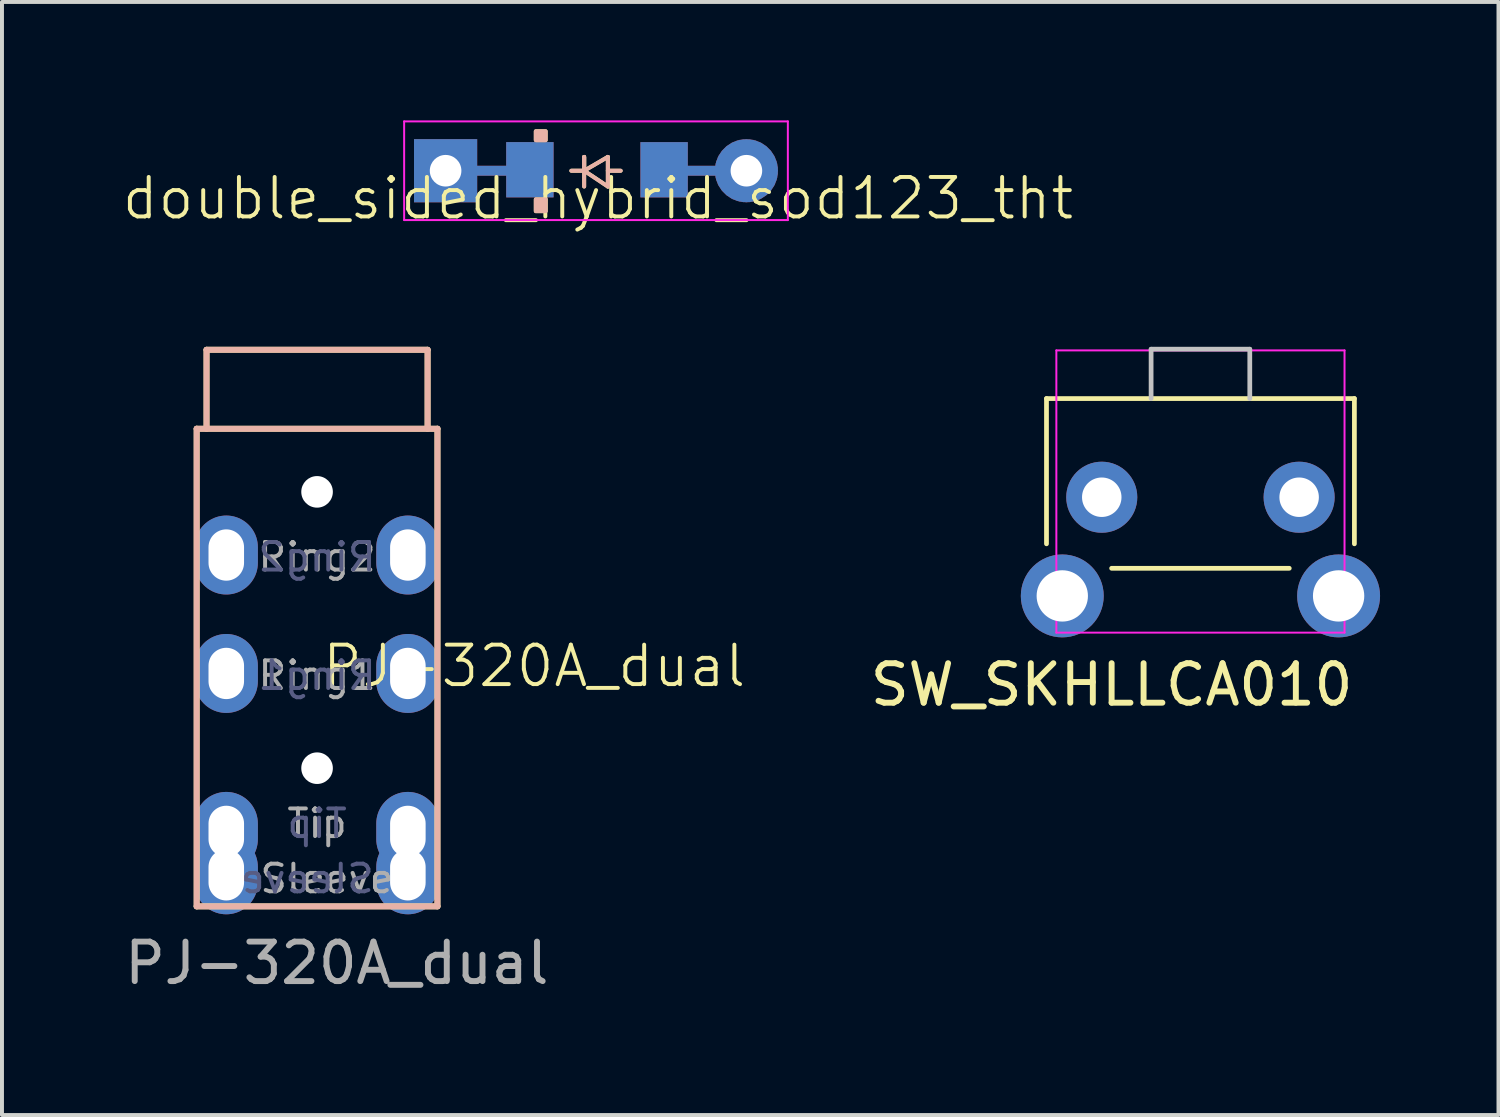
<source format=kicad_pcb>
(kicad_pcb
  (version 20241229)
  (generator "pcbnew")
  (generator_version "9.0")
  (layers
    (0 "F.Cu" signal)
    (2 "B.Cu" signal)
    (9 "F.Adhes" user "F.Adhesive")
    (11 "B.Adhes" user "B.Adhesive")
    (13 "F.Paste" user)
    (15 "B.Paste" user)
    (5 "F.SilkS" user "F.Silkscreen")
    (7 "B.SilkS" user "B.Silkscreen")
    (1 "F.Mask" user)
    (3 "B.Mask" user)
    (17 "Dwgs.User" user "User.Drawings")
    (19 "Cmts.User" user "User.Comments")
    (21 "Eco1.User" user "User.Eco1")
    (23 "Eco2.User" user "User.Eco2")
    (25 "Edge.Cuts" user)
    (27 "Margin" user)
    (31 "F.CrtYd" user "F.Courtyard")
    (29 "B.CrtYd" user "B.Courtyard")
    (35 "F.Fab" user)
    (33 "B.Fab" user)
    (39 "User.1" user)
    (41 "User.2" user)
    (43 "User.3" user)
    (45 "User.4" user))
  (footprint "double_sided_hybrid_sod123_tht"
    (layer "F.Cu")
    (at 12.048 1.275)
    (property "Reference" "double_sided_hybrid_sod123_tht" (at 0.05 0.7 0) (unlocked yes) (layer "F.SilkS") (effects (font (size 1 1) (thickness 0.1))))
    (attr smd)
    (fp_line (start -0.625 0) (end -0.3 0) (stroke (width 0.1) (type solid)) (layer "F.SilkS"))
    (fp_line (start -0.3 -0.35) (end -0.3 0.4) (stroke (width 0.1) (type solid)) (layer "F.SilkS"))
    (fp_line (start -0.3 0) (end -0.3 -0.35) (stroke (width 0.1) (type solid)) (layer "F.SilkS"))
    (fp_line (start -0.3 0) (end 0.3 -0.35) (stroke (width 0.1) (type solid)) (layer "F.SilkS"))
    (fp_line (start 0.3 -0.35) (end 0.3 0.4) (stroke (width 0.1) (type solid)) (layer "F.SilkS"))
    (fp_line (start 0.3 0) (end 0.625 0) (stroke (width 0.1) (type solid)) (layer "F.SilkS"))
    (fp_line (start 0.3 0.4) (end -0.3 0) (stroke (width 0.1) (type solid)) (layer "F.SilkS"))
    (fp_rect (start -1.525 -1) (end -1.275 -0.775) (stroke (width 0.1) (type solid)) (fill yes) (layer "F.SilkS"))
    (fp_rect (start -1.525 0.725) (end -1.275 1.025) (stroke (width 0.1) (type solid)) (fill yes) (layer "F.SilkS"))
    (fp_line (start -0.625 0) (end -0.3 0) (stroke (width 0.1) (type solid)) (layer "B.SilkS"))
    (fp_line (start -0.3 -0.35) (end -0.3 0.4) (stroke (width 0.1) (type solid)) (layer "B.SilkS"))
    (fp_line (start -0.3 0) (end -0.3 -0.35) (stroke (width 0.1) (type solid)) (layer "B.SilkS"))
    (fp_line (start -0.3 0) (end 0.3 -0.35) (stroke (width 0.1) (type solid)) (layer "B.SilkS"))
    (fp_line (start 0.3 -0.35) (end 0.3 0.4) (stroke (width 0.1) (type solid)) (layer "B.SilkS"))
    (fp_line (start 0.3 0) (end 0.625 0) (stroke (width 0.1) (type solid)) (layer "B.SilkS"))
    (fp_line (start 0.3 0.4) (end -0.3 0) (stroke (width 0.1) (type solid)) (layer "B.SilkS"))
    (fp_rect (start -1.525 -1) (end -1.275 -0.775) (stroke (width 0.1) (type solid)) (fill yes) (layer "B.SilkS"))
    (fp_rect (start -1.525 0.725) (end -1.275 1.025) (stroke (width 0.1) (type solid)) (fill yes) (layer "B.SilkS"))
    (fp_line (start -4.86 -1.25) (end -4.86 1.25) (stroke (width 0.05) (type solid)) (layer "F.CrtYd"))
    (fp_line (start -4.86 1.25) (end 4.86 1.25) (stroke (width 0.05) (type solid)) (layer "F.CrtYd"))
    (fp_line (start 4.86 -1.25) (end -4.86 -1.25) (stroke (width 0.05) (type solid)) (layer "F.CrtYd"))
    (fp_line (start 4.86 1.25) (end 4.86 -1.25) (stroke (width 0.05) (type solid)) (layer "F.CrtYd"))
    (pad "1" thru_hole custom (at -3.81 0) (size 1.6 1.6) (drill 0.8) (layers "*.Cu" "*.Paste" "*.Mask") (options (anchor rect)) (primitives (gr_rect (start 0.51 -0.125) (end 2.56 0.125) (width 0) (fill yes)) (gr_rect (start 1.535 -0.725) (end 2.735 0.675) (width 0) (fill yes))))
    (pad "2" thru_hole custom (at 3.81 0) (size 1.6 1.6) (drill 0.8) (layers "*.Cu" "*.Paste" "*.Mask") (options (anchor circle)) (primitives (gr_rect (start -1.785 -0.125) (end -0.61 0.125) (width 0) (fill yes)) (gr_rect (start -2.685 -0.725) (end -1.485 0.675) (width 0) (fill yes)) (gr_poly (pts (xy 0.8 0) (xy 0.78 -0.178) (xy 0.721 -0.347) (xy 0.625 -0.499) (xy 0.499 -0.625) (xy 0.347 -0.721) (xy 0.178 -0.78) (xy 0 -0.8) (xy -0.178 -0.78) (xy -0.347 -0.721) (xy -0.499 -0.625) (xy -0.625 -0.499) (xy -0.721 -0.347) (xy -0.78 -0.178) (xy -0.8 0) (xy -0.78 0.178) (xy -0.721 0.347) (xy -0.625 0.499) (xy -0.499 0.625) (xy -0.347 0.721) (xy -0.178 0.78) (xy 0 0.8) (xy 0.178 0.78) (xy 0.347 0.721) (xy 0.499 0.625) (xy 0.625 0.499) (xy 0.721 0.347) (xy 0.78 0.178) (xy 0.8 0)) (width 0) (fill yes)))))
  (footprint "SW_SKHLLCA010"
    (layer "F.Cu")
    (at 27.36 10.796)
    (property "Reference" "SW_SKHLLCA010" (at -2.25 3.5 0) (unlocked yes) (layer "F.SilkS") (effects (font (size 1 1) (thickness 0.15))))
    (attr through_hole)
    (fp_line (start -3.9 -3.75) (end 3.9 -3.75) (stroke (width 0.12) (type solid)) (layer "F.SilkS"))
    (fp_line (start -3.9 -0.07) (end -3.9 -3.75) (stroke (width 0.12) (type solid)) (layer "F.SilkS"))
    (fp_line (start -2.25 0.55) (end 2.25 0.55) (stroke (width 0.12) (type solid)) (layer "F.SilkS"))
    (fp_line (start 3.9 -0.07) (end 3.9 -3.75) (stroke (width 0.12) (type solid)) (layer "F.SilkS"))
    (fp_line (start -1.25 -5) (end 1.25 -5) (stroke (width 0.12) (type solid)) (layer "Dwgs.User"))
    (fp_line (start -1.25 -3.75) (end -1.25 -5) (stroke (width 0.12) (type solid)) (layer "Dwgs.User"))
    (fp_line (start 1.25 -3.75) (end 1.25 -5) (stroke (width 0.12) (type solid)) (layer "Dwgs.User"))
    (fp_line (start -3.65 -4.97) (end -3.65 2.18) (stroke (width 0.05) (type solid)) (layer "F.CrtYd"))
    (fp_line (start -3.65 -4.97) (end 3.65 -4.97) (stroke (width 0.05) (type solid)) (layer "F.CrtYd"))
    (fp_line (start -3.65 2.18) (end 3.65 2.18) (stroke (width 0.05) (type solid)) (layer "F.CrtYd"))
    (fp_line (start 3.65 -4.97) (end 3.65 2.18) (stroke (width 0.05) (type solid)) (layer "F.CrtYd"))
    (pad "1" thru_hole circle (at 2.5 -1.25) (size 1.8 1.8) (drill 1) (layers "*.Cu" "B.Mask"))
    (pad "2" thru_hole circle (at -2.5 -1.25) (size 1.8 1.8) (drill 1) (layers "*.Cu" "B.Mask"))
    (pad "MP" thru_hole circle (at -3.5 1.25) (size 2.1 2.1) (drill 1.3) (layers "*.Cu" "*.Mask"))
    (pad "MP" thru_hole circle (at 3.5 1.25) (size 2.1 2.1) (drill 1.3) (layers "*.Cu" "*.Mask")))
  (footprint "PJ-320A_dual"
    (layer "F.Cu")
    (at 4.982 12.923)
    (property "Reference" "PJ-320A_dual" (at 5.5 0.9 0) (unlocked yes) (layer "F.SilkS") (effects (font (size 1 1) (thickness 0.1))))
    (attr smd)
    (fp_line (start -3.05 -5.112) (end -3.05 6.987) (stroke (width 0.15) (type solid)) (layer "F.SilkS"))
    (fp_line (start -2.8 -5.112) (end -2.8 -7.112) (stroke (width 0.15) (type solid)) (layer "F.SilkS"))
    (fp_line (start 2.8 -7.112) (end -2.8 -7.112) (stroke (width 0.15) (type solid)) (layer "F.SilkS"))
    (fp_line (start 2.8 -5.112) (end 2.8 -7.112) (stroke (width 0.15) (type solid)) (layer "F.SilkS"))
    (fp_line (start 3.05 -5.112) (end -3.05 -5.112) (stroke (width 0.15) (type solid)) (layer "F.SilkS"))
    (fp_line (start 3.05 -5.112) (end 3.05 6.987) (stroke (width 0.15) (type solid)) (layer "F.SilkS"))
    (fp_line (start 3.05 6.987) (end -3.05 6.987) (stroke (width 0.15) (type solid)) (layer "F.SilkS"))
    (fp_line (start -3.05 -5.112) (end -3.05 6.987) (stroke (width 0.15) (type solid)) (layer "B.SilkS"))
    (fp_line (start -3.05 -5.112) (end 3.05 -5.112) (stroke (width 0.15) (type solid)) (layer "B.SilkS"))
    (fp_line (start -3.05 6.987) (end 3.05 6.987) (stroke (width 0.15) (type solid)) (layer "B.SilkS"))
    (fp_line (start -2.8 -7.112) (end 2.8 -7.112) (stroke (width 0.15) (type solid)) (layer "B.SilkS"))
    (fp_line (start -2.8 -5.112) (end -2.8 -7.112) (stroke (width 0.15) (type solid)) (layer "B.SilkS"))
    (fp_line (start 2.8 -5.112) (end 2.8 -7.112) (stroke (width 0.15) (type solid)) (layer "B.SilkS"))
    (fp_line (start 3.05 -5.112) (end 3.05 6.987) (stroke (width 0.15) (type solid)) (layer "B.SilkS"))
    (fp_text user "Sleeve" (at -0.25 6.287 0) (layer "B.Fab") (effects (font (size 0.7 0.7) (thickness 0.1)) (justify mirror)))
    (fp_text user "Ring2" (at 0 -1.863 0) (layer "B.Fab") (effects (font (size 0.7 0.7) (thickness 0.1)) (justify mirror)))
    (fp_text user "Ring1" (at 0 1.137 0) (layer "B.Fab") (effects (font (size 0.7 0.7) (thickness 0.1)) (justify mirror)))
    (fp_text user "Tip" (at 0 4.888 0) (layer "B.Fab") (effects (font (size 0.7 0.7) (thickness 0.1)) (justify mirror)))
    (fp_text user "Ring2" (at 0 -1.863 0) (layer "F.Fab") (effects (font (size 0.7 0.7) (thickness 0.1))))
    (fp_text user "Ring1" (at 0 1.137 0) (layer "F.Fab") (effects (font (size 0.7 0.7) (thickness 0.1))))
    (fp_text user "Tip" (at 0 4.888 0) (layer "F.Fab") (effects (font (size 0.7 0.7) (thickness 0.1))))
    (fp_text user "${REFERENCE}" (at 0.5 8.425 0) (unlocked yes) (layer "F.Fab") (effects (font (size 1 1) (thickness 0.15))))
    (fp_text user "Sleeve" (at 0.25 6.287 0) (layer "F.Fab") (effects (font (size 0.7 0.7) (thickness 0.1))))
    (pad "" np_thru_hole circle (at 0 -3.513) (size 0.8 0.8) (drill 0.8) (layers "*.Cu" "*.Mask"))
    (pad "" np_thru_hole circle (at 0 3.487) (size 0.8 0.8) (drill 0.8) (layers "*.Cu" "*.Mask"))
    (pad "1" thru_hole oval (at -2.3 6.188) (size 1.6 2) (drill oval 0.9 1.3) (layers "*.Cu" "*.Mask"))
    (pad "1" thru_hole oval (at 2.3 6.188) (size 1.6 2) (drill oval 0.9 1.3) (layers "*.Cu" "*.Mask"))
    (pad "2" thru_hole oval (at -2.3 5.088) (size 1.6 2) (drill oval 0.9 1.3) (layers "*.Cu" "*.Mask"))
    (pad "2" thru_hole oval (at 2.3 5.088) (size 1.6 2) (drill oval 0.9 1.3) (layers "*.Cu" "*.Mask"))
    (pad "3" thru_hole oval (at -2.3 1.087) (size 1.6 2) (drill oval 0.9 1.3) (layers "*.Cu" "*.Mask"))
    (pad "3" thru_hole oval (at 2.3 1.087) (size 1.6 2) (drill oval 0.9 1.3) (layers "*.Cu" "*.Mask"))
    (pad "4" thru_hole oval (at -2.3 -1.913) (size 1.6 2) (drill oval 0.9 1.3) (layers "*.Cu" "*.Mask"))
    (pad "4" thru_hole oval (at 2.3 -1.913) (size 1.6 2) (drill oval 0.9 1.3) (layers "*.Cu" "*.Mask")))
  (gr_rect
    (start -3 -3)
    (end 34.91 25.196)
    (stroke (width 0.1) (type default))
    (fill no)
    (layer "Edge.Cuts")))
</source>
